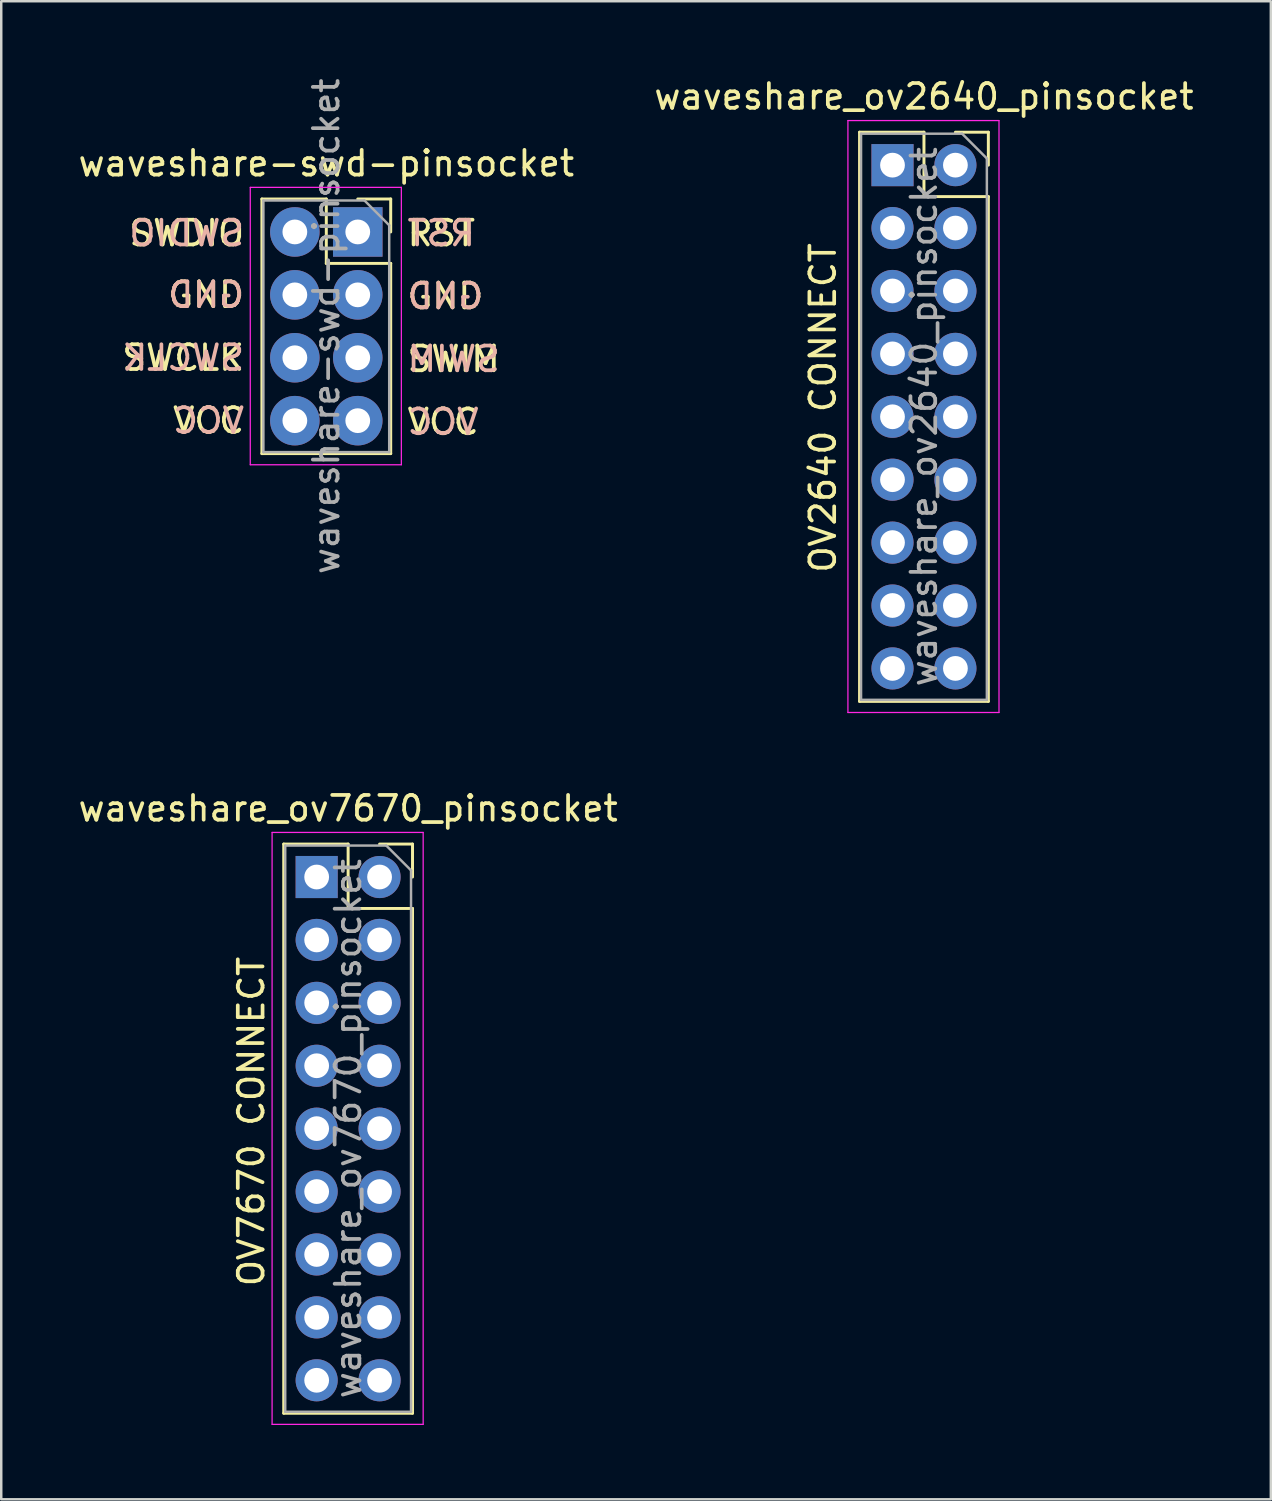
<source format=kicad_pcb>
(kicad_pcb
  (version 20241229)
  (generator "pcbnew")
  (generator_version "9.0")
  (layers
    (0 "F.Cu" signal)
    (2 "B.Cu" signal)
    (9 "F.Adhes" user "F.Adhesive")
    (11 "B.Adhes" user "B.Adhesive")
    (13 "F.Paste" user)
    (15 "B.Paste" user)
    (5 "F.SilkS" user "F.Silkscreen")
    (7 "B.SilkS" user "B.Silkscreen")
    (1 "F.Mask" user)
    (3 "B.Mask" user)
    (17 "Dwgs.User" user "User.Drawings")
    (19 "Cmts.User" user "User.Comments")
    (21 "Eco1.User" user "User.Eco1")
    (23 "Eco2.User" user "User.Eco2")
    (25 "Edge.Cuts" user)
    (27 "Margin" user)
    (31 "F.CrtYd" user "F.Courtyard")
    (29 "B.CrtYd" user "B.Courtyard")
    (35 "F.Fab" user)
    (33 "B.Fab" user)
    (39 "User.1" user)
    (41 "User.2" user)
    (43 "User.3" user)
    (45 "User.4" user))
  (footprint "waveshare_ov2640_pinsocket"
    (layer "F.Cu")
    (at 35.526 3.618)
    (property "Reference" "waveshare_ov2640_pinsocket" (at -1.27 -2.77 0) (layer "F.SilkS") (effects (font (size 1 1) (thickness 0.15))))
    (attr through_hole)
    (fp_line (start -3.87 -1.33) (end -3.87 21.65) (stroke (width 0.12) (type solid)) (layer "F.SilkS"))
    (fp_line (start -3.87 -1.33) (end -1.27 -1.33) (stroke (width 0.12) (type solid)) (layer "F.SilkS"))
    (fp_line (start -3.87 21.65) (end 1.33 21.65) (stroke (width 0.12) (type solid)) (layer "F.SilkS"))
    (fp_line (start -1.27 -1.33) (end -1.27 1.27) (stroke (width 0.12) (type solid)) (layer "F.SilkS"))
    (fp_line (start -1.27 1.27) (end 1.33 1.27) (stroke (width 0.12) (type solid)) (layer "F.SilkS"))
    (fp_line (start 0 -1.33) (end 1.33 -1.33) (stroke (width 0.12) (type solid)) (layer "F.SilkS"))
    (fp_line (start 1.33 -1.33) (end 1.33 0) (stroke (width 0.12) (type solid)) (layer "F.SilkS"))
    (fp_line (start 1.33 1.27) (end 1.33 21.65) (stroke (width 0.12) (type solid)) (layer "F.SilkS"))
    (fp_line (start -4.34 -1.8) (end 1.76 -1.8) (stroke (width 0.05) (type solid)) (layer "F.CrtYd"))
    (fp_line (start -4.34 22.1) (end -4.34 -1.8) (stroke (width 0.05) (type solid)) (layer "F.CrtYd"))
    (fp_line (start 1.76 -1.8) (end 1.76 22.1) (stroke (width 0.05) (type solid)) (layer "F.CrtYd"))
    (fp_line (start 1.76 22.1) (end -4.34 22.1) (stroke (width 0.05) (type solid)) (layer "F.CrtYd"))
    (fp_line (start -3.81 -1.27) (end 0.27 -1.27) (stroke (width 0.1) (type solid)) (layer "F.Fab"))
    (fp_line (start -3.81 21.59) (end -3.81 -1.27) (stroke (width 0.1) (type solid)) (layer "F.Fab"))
    (fp_line (start 0.27 -1.27) (end 1.27 -0.27) (stroke (width 0.1) (type solid)) (layer "F.Fab"))
    (fp_line (start 1.27 -0.27) (end 1.27 21.59) (stroke (width 0.1) (type solid)) (layer "F.Fab"))
    (fp_line (start 1.27 21.59) (end -3.81 21.59) (stroke (width 0.1) (type solid)) (layer "F.Fab"))
    (fp_text user "OV2640 CONNECT" (at -5.35 9.8 90) (layer "F.SilkS") (effects (font (size 1 1) (thickness 0.15))))
    (fp_text user "${REFERENCE}" (at -1.27 10.16 90) (layer "F.Fab") (effects (font (size 1 1) (thickness 0.15))))
    (pad "1" thru_hole rect (at -2.54 0) (size 1.7 1.7) (drill 1) (layers "*.Cu" "*.Mask"))
    (pad "2" thru_hole oval (at 0 0) (size 1.7 1.7) (drill 1) (layers "*.Cu" "*.Mask"))
    (pad "3" thru_hole oval (at -2.54 2.54) (size 1.7 1.7) (drill 1) (layers "*.Cu" "*.Mask"))
    (pad "4" thru_hole oval (at 0 2.54) (size 1.7 1.7) (drill 1) (layers "*.Cu" "*.Mask"))
    (pad "5" thru_hole oval (at -2.54 5.08) (size 1.7 1.7) (drill 1) (layers "*.Cu" "*.Mask"))
    (pad "6" thru_hole oval (at 0 5.08) (size 1.7 1.7) (drill 1) (layers "*.Cu" "*.Mask"))
    (pad "7" thru_hole oval (at -2.54 7.62) (size 1.7 1.7) (drill 1) (layers "*.Cu" "*.Mask"))
    (pad "8" thru_hole oval (at 0 7.62) (size 1.7 1.7) (drill 1) (layers "*.Cu" "*.Mask"))
    (pad "9" thru_hole oval (at -2.54 10.16) (size 1.7 1.7) (drill 1) (layers "*.Cu" "*.Mask"))
    (pad "10" thru_hole oval (at 0 10.16) (size 1.7 1.7) (drill 1) (layers "*.Cu" "*.Mask"))
    (pad "11" thru_hole oval (at -2.54 12.7) (size 1.7 1.7) (drill 1) (layers "*.Cu" "*.Mask"))
    (pad "12" thru_hole oval (at 0 12.7) (size 1.7 1.7) (drill 1) (layers "*.Cu" "*.Mask"))
    (pad "13" thru_hole oval (at -2.54 15.24) (size 1.7 1.7) (drill 1) (layers "*.Cu" "*.Mask"))
    (pad "14" thru_hole oval (at 0 15.24) (size 1.7 1.7) (drill 1) (layers "*.Cu" "*.Mask"))
    (pad "15" thru_hole oval (at -2.54 17.78) (size 1.7 1.7) (drill 1) (layers "*.Cu" "*.Mask"))
    (pad "16" thru_hole oval (at 0 17.78) (size 1.7 1.7) (drill 1) (layers "*.Cu" "*.Mask"))
    (pad "17" thru_hole oval (at -2.54 20.32) (size 1.7 1.7) (drill 1) (layers "*.Cu" "*.Mask"))
    (pad "18" thru_hole oval (at 0 20.32) (size 1.7 1.7) (drill 1) (layers "*.Cu" "*.Mask")))
  (footprint "waveshare_ov7670_pinsocket"
    (layer "F.Cu")
    (at 12.276 32.361)
    (property "Reference" "waveshare_ov7670_pinsocket" (at -1.27 -2.77 0) (layer "F.SilkS") (effects (font (size 1 1) (thickness 0.15))))
    (attr through_hole)
    (fp_line (start -3.87 -1.33) (end -3.87 21.65) (stroke (width 0.12) (type solid)) (layer "F.SilkS"))
    (fp_line (start -3.87 -1.33) (end -1.27 -1.33) (stroke (width 0.12) (type solid)) (layer "F.SilkS"))
    (fp_line (start -3.87 21.65) (end 1.33 21.65) (stroke (width 0.12) (type solid)) (layer "F.SilkS"))
    (fp_line (start -1.27 -1.33) (end -1.27 1.27) (stroke (width 0.12) (type solid)) (layer "F.SilkS"))
    (fp_line (start -1.27 1.27) (end 1.33 1.27) (stroke (width 0.12) (type solid)) (layer "F.SilkS"))
    (fp_line (start 0 -1.33) (end 1.33 -1.33) (stroke (width 0.12) (type solid)) (layer "F.SilkS"))
    (fp_line (start 1.33 -1.33) (end 1.33 0) (stroke (width 0.12) (type solid)) (layer "F.SilkS"))
    (fp_line (start 1.33 1.27) (end 1.33 21.65) (stroke (width 0.12) (type solid)) (layer "F.SilkS"))
    (fp_line (start -4.34 -1.8) (end 1.76 -1.8) (stroke (width 0.05) (type solid)) (layer "F.CrtYd"))
    (fp_line (start -4.34 22.1) (end -4.34 -1.8) (stroke (width 0.05) (type solid)) (layer "F.CrtYd"))
    (fp_line (start 1.76 -1.8) (end 1.76 22.1) (stroke (width 0.05) (type solid)) (layer "F.CrtYd"))
    (fp_line (start 1.76 22.1) (end -4.34 22.1) (stroke (width 0.05) (type solid)) (layer "F.CrtYd"))
    (fp_line (start -3.81 -1.27) (end 0.27 -1.27) (stroke (width 0.1) (type solid)) (layer "F.Fab"))
    (fp_line (start -3.81 21.59) (end -3.81 -1.27) (stroke (width 0.1) (type solid)) (layer "F.Fab"))
    (fp_line (start 0.27 -1.27) (end 1.27 -0.27) (stroke (width 0.1) (type solid)) (layer "F.Fab"))
    (fp_line (start 1.27 -0.27) (end 1.27 21.59) (stroke (width 0.1) (type solid)) (layer "F.Fab"))
    (fp_line (start 1.27 21.59) (end -3.81 21.59) (stroke (width 0.1) (type solid)) (layer "F.Fab"))
    (fp_text user "OV7670 CONNECT" (at -5.18 9.87 270) (layer "F.SilkS") (effects (font (size 1 1) (thickness 0.15))))
    (fp_text user "${REFERENCE}" (at -1.27 10.16 90) (layer "F.Fab") (effects (font (size 1 1) (thickness 0.15))))
    (pad "1" thru_hole rect (at -2.54 0) (size 1.7 1.7) (drill 1) (layers "*.Cu" "*.Mask"))
    (pad "2" thru_hole oval (at 0 0) (size 1.7 1.7) (drill 1) (layers "*.Cu" "*.Mask"))
    (pad "3" thru_hole oval (at -2.54 2.54) (size 1.7 1.7) (drill 1) (layers "*.Cu" "*.Mask"))
    (pad "4" thru_hole oval (at 0 2.54) (size 1.7 1.7) (drill 1) (layers "*.Cu" "*.Mask"))
    (pad "5" thru_hole oval (at -2.54 5.08) (size 1.7 1.7) (drill 1) (layers "*.Cu" "*.Mask"))
    (pad "6" thru_hole oval (at 0 5.08) (size 1.7 1.7) (drill 1) (layers "*.Cu" "*.Mask"))
    (pad "7" thru_hole oval (at -2.54 7.62) (size 1.7 1.7) (drill 1) (layers "*.Cu" "*.Mask"))
    (pad "8" thru_hole oval (at 0 7.62) (size 1.7 1.7) (drill 1) (layers "*.Cu" "*.Mask"))
    (pad "9" thru_hole oval (at -2.54 10.16) (size 1.7 1.7) (drill 1) (layers "*.Cu" "*.Mask"))
    (pad "10" thru_hole oval (at 0 10.16) (size 1.7 1.7) (drill 1) (layers "*.Cu" "*.Mask"))
    (pad "11" thru_hole oval (at -2.54 12.7) (size 1.7 1.7) (drill 1) (layers "*.Cu" "*.Mask"))
    (pad "12" thru_hole oval (at 0 12.7) (size 1.7 1.7) (drill 1) (layers "*.Cu" "*.Mask"))
    (pad "13" thru_hole oval (at -2.54 15.24) (size 1.7 1.7) (drill 1) (layers "*.Cu" "*.Mask"))
    (pad "14" thru_hole oval (at 0 15.24) (size 1.7 1.7) (drill 1) (layers "*.Cu" "*.Mask"))
    (pad "15" thru_hole oval (at -2.54 17.78) (size 1.7 1.7) (drill 1) (layers "*.Cu" "*.Mask"))
    (pad "16" thru_hole oval (at 0 17.78) (size 1.7 1.7) (drill 1) (layers "*.Cu" "*.Mask"))
    (pad "17" thru_hole oval (at -2.54 20.32) (size 1.7 1.7) (drill 1) (layers "*.Cu" "*.Mask"))
    (pad "18" thru_hole oval (at 0 20.32) (size 1.7 1.7) (drill 1) (layers "*.Cu" "*.Mask")))
  (footprint "waveshare-swd-pinsocket"
    (layer "F.Cu")
    (at 11.395 6.315)
    (property "Reference" "waveshare-swd-pinsocket" (at -1.27 -2.77 0) (layer "F.SilkS") (effects (font (size 1 1) (thickness 0.15))))
    (attr through_hole)
    (fp_line (start -3.87 -1.33) (end -3.87 8.95) (stroke (width 0.12) (type solid)) (layer "F.SilkS"))
    (fp_line (start -3.87 -1.33) (end -1.27 -1.33) (stroke (width 0.12) (type solid)) (layer "F.SilkS"))
    (fp_line (start -3.87 8.95) (end 1.33 8.95) (stroke (width 0.12) (type solid)) (layer "F.SilkS"))
    (fp_line (start -1.27 -1.33) (end -1.27 1.27) (stroke (width 0.12) (type solid)) (layer "F.SilkS"))
    (fp_line (start -1.27 1.27) (end 1.33 1.27) (stroke (width 0.12) (type solid)) (layer "F.SilkS"))
    (fp_line (start 0 -1.33) (end 1.33 -1.33) (stroke (width 0.12) (type solid)) (layer "F.SilkS"))
    (fp_line (start 1.33 -1.33) (end 1.33 0) (stroke (width 0.12) (type solid)) (layer "F.SilkS"))
    (fp_line (start 1.33 1.27) (end 1.33 8.95) (stroke (width 0.12) (type solid)) (layer "F.SilkS"))
    (fp_line (start -4.34 -1.8) (end 1.76 -1.8) (stroke (width 0.05) (type solid)) (layer "F.CrtYd"))
    (fp_line (start -4.34 9.4) (end -4.34 -1.8) (stroke (width 0.05) (type solid)) (layer "F.CrtYd"))
    (fp_line (start 1.76 -1.8) (end 1.76 9.4) (stroke (width 0.05) (type solid)) (layer "F.CrtYd"))
    (fp_line (start 1.76 9.4) (end -4.34 9.4) (stroke (width 0.05) (type solid)) (layer "F.CrtYd"))
    (fp_line (start -3.81 -1.27) (end 0.27 -1.27) (stroke (width 0.1) (type solid)) (layer "F.Fab"))
    (fp_line (start -3.81 8.89) (end -3.81 -1.27) (stroke (width 0.1) (type solid)) (layer "F.Fab"))
    (fp_line (start 0.27 -1.27) (end 1.27 -0.27) (stroke (width 0.1) (type solid)) (layer "F.Fab"))
    (fp_line (start 1.27 -0.27) (end 1.27 8.89) (stroke (width 0.1) (type solid)) (layer "F.Fab"))
    (fp_line (start 1.27 8.89) (end -3.81 8.89) (stroke (width 0.1) (type solid)) (layer "F.Fab"))
    (fp_text user "GND" (at -6.12 2.54 0) (layer "F.SilkS") (effects (font (size 1 1) (thickness 0.15))))
    (fp_text user "GND" (at 3.54 2.591 0) (layer "F.SilkS") (effects (font (size 1 1) (thickness 0.15))))
    (fp_text user "VCC" (at 3.445 7.671 0) (layer "F.SilkS") (effects (font (size 1 1) (thickness 0.15))))
    (fp_text user "SWDIO" (at -6.906 0.051 0) (layer "F.SilkS") (effects (font (size 1 1) (thickness 0.15))))
    (fp_text user "RST" (at 3.373 0.051 0) (layer "F.SilkS") (effects (font (size 1 1) (thickness 0.15))))
    (fp_text user "VCC" (at -6.025 7.62 0) (layer "F.SilkS") (effects (font (size 1 1) (thickness 0.15))))
    (fp_text user "SWIM" (at 3.873 5.131 0) (layer "F.SilkS") (effects (font (size 1 1) (thickness 0.15))))
    (fp_text user "SWCLK" (at -7.048 5.08 0) (layer "F.SilkS") (effects (font (size 1 1) (thickness 0.15))))
    (fp_text user "GND" (at -6.12 2.54 0) (layer "B.SilkS") (effects (font (size 1 1) (thickness 0.15)) (justify mirror)))
    (fp_text user "VCC" (at 3.445 7.671 0) (layer "B.SilkS") (effects (font (size 1 1) (thickness 0.15)) (justify mirror)))
    (fp_text user "RST" (at 3.373 0.051 0) (layer "B.SilkS") (effects (font (size 1 1) (thickness 0.15)) (justify mirror)))
    (fp_text user "SWCLK" (at -7.048 5.08 0) (layer "B.SilkS") (effects (font (size 1 1) (thickness 0.15)) (justify mirror)))
    (fp_text user "VCC" (at -6.025 7.62 0) (layer "B.SilkS") (effects (font (size 1 1) (thickness 0.15)) (justify mirror)))
    (fp_text user "SWIM" (at 3.873 5.131 0) (layer "B.SilkS") (effects (font (size 1 1) (thickness 0.15)) (justify mirror)))
    (fp_text user "GND" (at 3.54 2.591 0) (layer "B.SilkS") (effects (font (size 1 1) (thickness 0.15)) (justify mirror)))
    (fp_text user "SWDIO" (at -6.906 0.051 0) (layer "B.SilkS") (effects (font (size 1 1) (thickness 0.15)) (justify mirror)))
    (fp_text user "${REFERENCE}" (at -1.27 3.81 90) (layer "F.Fab") (effects (font (size 1 1) (thickness 0.15))))
    (pad "1" thru_hole rect (at 0 0) (size 2 2) (drill 1) (layers "*.Cu" "*.Mask"))
    (pad "2" thru_hole oval (at -2.54 0) (size 2 2) (drill 1) (layers "*.Cu" "*.Mask"))
    (pad "3" thru_hole oval (at 0 2.54) (size 2 2) (drill 1) (layers "*.Cu" "*.Mask"))
    (pad "4" thru_hole oval (at -2.54 2.54) (size 2 2) (drill 1) (layers "*.Cu" "*.Mask"))
    (pad "5" thru_hole oval (at 0 5.08) (size 2 2) (drill 1) (layers "*.Cu" "*.Mask"))
    (pad "6" thru_hole oval (at -2.54 5.08) (size 2 2) (drill 1) (layers "*.Cu" "*.Mask"))
    (pad "7" thru_hole oval (at 0 7.62) (size 2 2) (drill 1) (layers "*.Cu" "*.Mask"))
    (pad "8" thru_hole oval (at -2.54 7.62) (size 2 2) (drill 1) (layers "*.Cu" "*.Mask")))
  (gr_rect
    (start -3 -3)
    (end 48.262 57.486)
    (stroke (width 0.1) (type default))
    (fill no)
    (layer "Edge.Cuts")))
</source>
